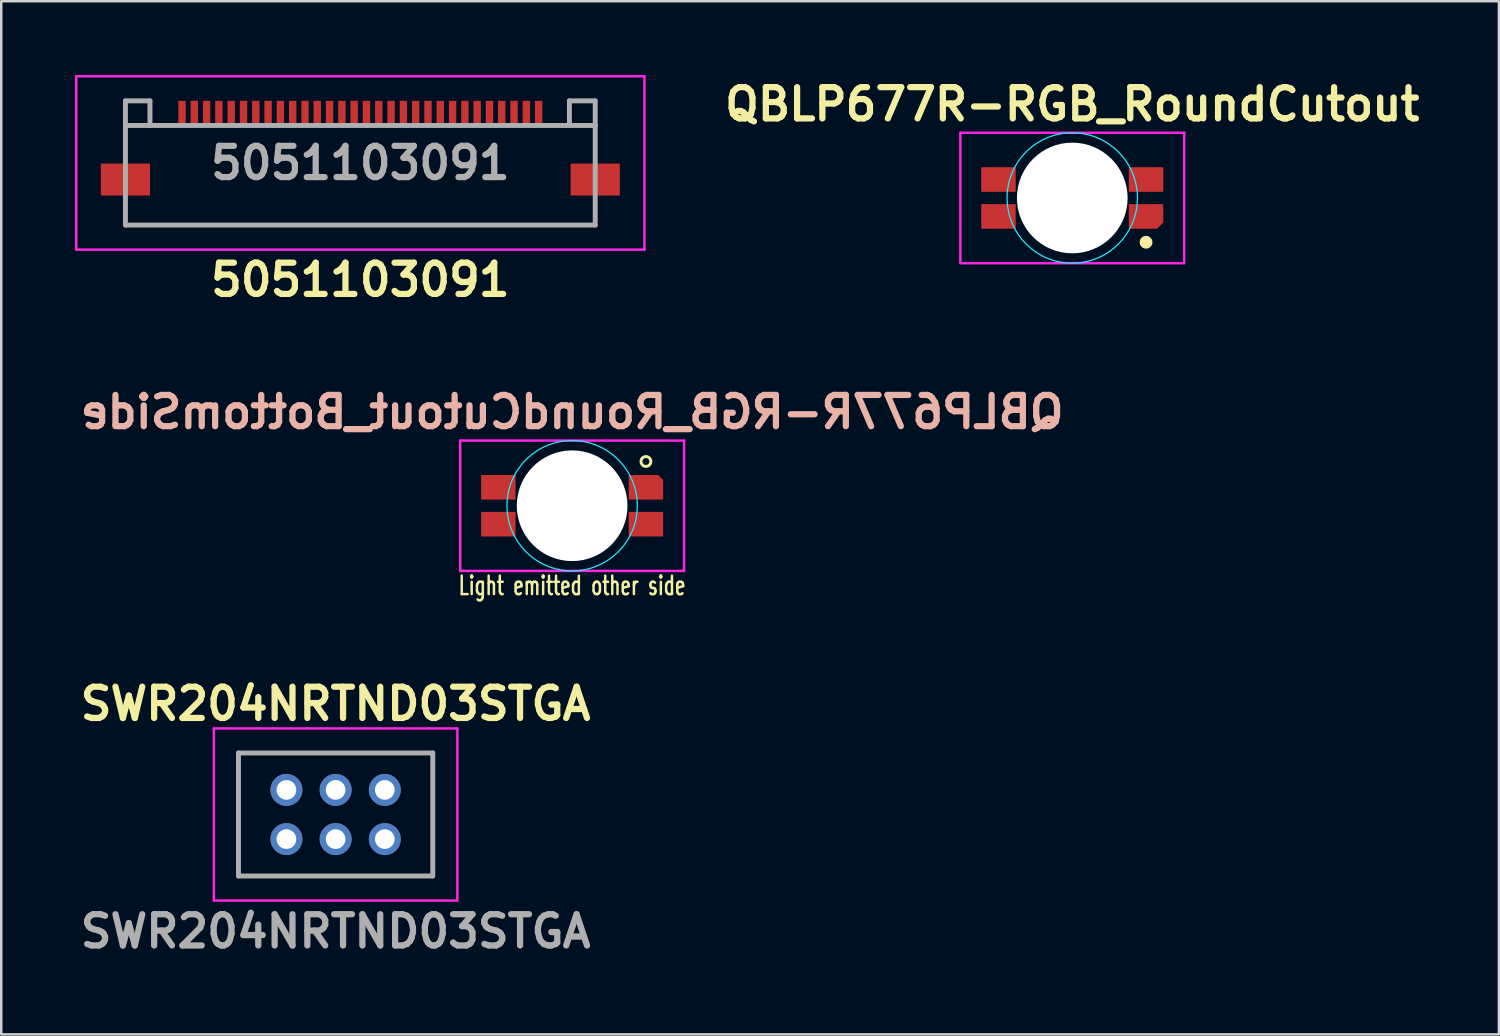
<source format=kicad_pcb>
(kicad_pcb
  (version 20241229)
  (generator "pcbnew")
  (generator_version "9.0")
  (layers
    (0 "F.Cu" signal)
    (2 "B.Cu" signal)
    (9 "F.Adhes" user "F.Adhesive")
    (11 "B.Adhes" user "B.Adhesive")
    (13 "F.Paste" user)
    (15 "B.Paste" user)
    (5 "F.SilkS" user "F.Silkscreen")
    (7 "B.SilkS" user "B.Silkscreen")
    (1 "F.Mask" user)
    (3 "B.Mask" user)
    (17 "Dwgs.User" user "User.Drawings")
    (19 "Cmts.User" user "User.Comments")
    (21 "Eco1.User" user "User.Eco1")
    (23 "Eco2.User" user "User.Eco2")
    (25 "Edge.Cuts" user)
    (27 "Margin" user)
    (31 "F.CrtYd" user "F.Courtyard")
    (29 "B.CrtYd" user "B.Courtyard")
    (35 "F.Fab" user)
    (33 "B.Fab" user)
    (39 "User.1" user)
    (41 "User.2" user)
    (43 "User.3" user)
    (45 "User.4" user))
  (footprint "QBLP677R-RGB_RoundCutout"
    (layer "F.Cu")
    (at 40.545 4.999)
    (property "Reference" "QBLP677R-RGB_RoundCutout" (at 0 -3.81 0) (layer "F.SilkS") (effects (font (size 1.27 1.27) (thickness 0.254))))
    (attr smd)
    (fp_circle (center 3 1.8) (end 3.2 1.8) (stroke (width 0.12) (type solid)) (fill yes) (layer "F.SilkS"))
    (fp_rect (start -1.6 -1.4) (end 1.6 1.4) (stroke (width 0.12) (type solid)) (fill no) (layer "Dwgs.User"))
    (fp_circle (center 0 0) (end 2.65 0) (stroke (width 0.05) (type solid)) (fill no) (layer "B.CrtYd"))
    (fp_line (start -4.55 -2.65) (end 4.55 -2.65) (stroke (width 0.1) (type solid)) (layer "F.CrtYd"))
    (fp_line (start -4.55 2.65) (end -4.55 -2.65) (stroke (width 0.1) (type solid)) (layer "F.CrtYd"))
    (fp_line (start 4.55 -2.65) (end 4.55 2.65) (stroke (width 0.1) (type solid)) (layer "F.CrtYd"))
    (fp_line (start 4.55 2.65) (end -4.55 2.65) (stroke (width 0.1) (type solid)) (layer "F.CrtYd"))
    (pad "" np_thru_hole circle (at 0 0) (size 4.5 4.5) (drill 4.5) (layers "*.Cu" "*.Mask"))
    (pad "1" smd roundrect (at 3 0.75) (size 1.4 1) (layers "F.Cu" "F.Mask" "F.Paste") (roundrect_rratio 0) (chamfer_ratio 0.25) (chamfer bottom_right))
    (pad "2" smd rect (at -3 0.75) (size 1.4 1) (layers "F.Cu" "F.Mask" "F.Paste"))
    (pad "3" smd rect (at -3 -0.75) (size 1.4 1) (layers "F.Cu" "F.Mask" "F.Paste"))
    (pad "4" smd rect (at 3 -0.75) (size 1.4 1) (layers "F.Cu" "F.Mask" "F.Paste")))
  (footprint "SWR204NRTND03STGA"
    (layer "F.Cu")
    (at 8.595 31.065)
    (property "Reference" "SWR204NRTND03STGA" (at 2 -5.5 0) (layer "F.SilkS") (effects (font (size 1.27 1.27) (thickness 0.254))))
    (attr through_hole)
    (fp_line (start -1.95 -3.5) (end 5.95 -3.5) (stroke (width 0.1) (type solid)) (layer "F.SilkS"))
    (fp_line (start -1.95 1.5) (end -1.95 -3.5) (stroke (width 0.1) (type solid)) (layer "F.SilkS"))
    (fp_line (start 5.95 -3.5) (end 5.95 1.5) (stroke (width 0.1) (type solid)) (layer "F.SilkS"))
    (fp_line (start 5.95 1.5) (end -1.95 1.5) (stroke (width 0.1) (type solid)) (layer "F.SilkS"))
    (fp_line (start -2.95 -4.5) (end 6.95 -4.5) (stroke (width 0.1) (type solid)) (layer "F.CrtYd"))
    (fp_line (start -2.95 2.5) (end -2.95 -4.5) (stroke (width 0.1) (type solid)) (layer "F.CrtYd"))
    (fp_line (start 6.95 -4.5) (end 6.95 2.5) (stroke (width 0.1) (type solid)) (layer "F.CrtYd"))
    (fp_line (start 6.95 2.5) (end -2.95 2.5) (stroke (width 0.1) (type solid)) (layer "F.CrtYd"))
    (fp_line (start -1.95 -3.5) (end 5.95 -3.5) (stroke (width 0.2) (type solid)) (layer "F.Fab"))
    (fp_line (start -1.95 1.5) (end -1.95 -3.5) (stroke (width 0.2) (type solid)) (layer "F.Fab"))
    (fp_line (start 5.95 -3.5) (end 5.95 1.5) (stroke (width 0.2) (type solid)) (layer "F.Fab"))
    (fp_line (start 5.95 1.5) (end -1.95 1.5) (stroke (width 0.2) (type solid)) (layer "F.Fab"))
    (fp_text user "${REFERENCE}" (at 2 3.75 0) (layer "F.Fab") (effects (font (size 1.27 1.27) (thickness 0.254))))
    (pad "1" thru_hole circle (at 0 0) (size 1.3 1.3) (drill 0.8) (layers "*.Cu" "*.Mask"))
    (pad "2" thru_hole circle (at 0 -2) (size 1.3 1.3) (drill 0.8) (layers "*.Cu" "*.Mask"))
    (pad "3" thru_hole circle (at 2 0) (size 1.3 1.3) (drill 0.8) (layers "*.Cu" "*.Mask"))
    (pad "4" thru_hole circle (at 2 -2) (size 1.3 1.3) (drill 0.8) (layers "*.Cu" "*.Mask"))
    (pad "5" thru_hole circle (at 4 0) (size 1.3 1.3) (drill 0.8) (layers "*.Cu" "*.Mask"))
    (pad "6" thru_hole circle (at 4 -2) (size 1.3 1.3) (drill 0.8) (layers "*.Cu" "*.Mask")))
  (footprint "5051103091"
    (layer "F.Cu")
    (at 11.6 3.575)
    (property "Reference" "5051103091" (at 0 4.75 0) (layer "F.SilkS") (effects (font (size 1.27 1.27) (thickness 0.254))))
    (attr smd)
    (fp_line (start -9.55 -1.525) (end -9.55 -0.525) (stroke (width 0.1) (type solid)) (layer "F.SilkS"))
    (fp_line (start -9.55 1.975) (end -9.55 2.475) (stroke (width 0.1) (type solid)) (layer "F.SilkS"))
    (fp_line (start -9.55 2.475) (end -9.55 2.525) (stroke (width 0.1) (type solid)) (layer "F.SilkS"))
    (fp_line (start -9.55 2.525) (end 9.55 2.525) (stroke (width 0.1) (type solid)) (layer "F.SilkS"))
    (fp_line (start -9.5 -1.525) (end -9.55 -1.525) (stroke (width 0.1) (type solid)) (layer "F.SilkS"))
    (fp_line (start -8 -1.525) (end -9.5 -1.525) (stroke (width 0.1) (type solid)) (layer "F.SilkS"))
    (fp_line (start 8 -1.525) (end 9.55 -1.525) (stroke (width 0.1) (type solid)) (layer "F.SilkS"))
    (fp_line (start 9.55 -1.525) (end 9.55 -0.525) (stroke (width 0.1) (type solid)) (layer "F.SilkS"))
    (fp_line (start 9.55 2.525) (end 9.55 1.975) (stroke (width 0.1) (type solid)) (layer "F.SilkS"))
    (fp_line (start -11.55 -3.525) (end 11.55 -3.525) (stroke (width 0.1) (type solid)) (layer "F.CrtYd"))
    (fp_line (start -11.55 3.525) (end -11.55 -3.525) (stroke (width 0.1) (type solid)) (layer "F.CrtYd"))
    (fp_line (start 11.55 -3.525) (end 11.55 3.525) (stroke (width 0.1) (type solid)) (layer "F.CrtYd"))
    (fp_line (start 11.55 3.525) (end -11.55 3.525) (stroke (width 0.1) (type solid)) (layer "F.CrtYd"))
    (fp_line (start -9.55 -2.525) (end -8.553 -2.525) (stroke (width 0.2) (type solid)) (layer "F.Fab"))
    (fp_line (start -9.55 -1.525) (end -9.55 -2.525) (stroke (width 0.2) (type solid)) (layer "F.Fab"))
    (fp_line (start -9.55 -1.525) (end 9.55 -1.525) (stroke (width 0.2) (type solid)) (layer "F.Fab"))
    (fp_line (start -9.55 2.525) (end -9.55 -1.525) (stroke (width 0.2) (type solid)) (layer "F.Fab"))
    (fp_line (start -8.553 -2.525) (end -8.553 -1.525) (stroke (width 0.2) (type solid)) (layer "F.Fab"))
    (fp_line (start 8.5 -2.525) (end 8.5 -1.525) (stroke (width 0.2) (type solid)) (layer "F.Fab"))
    (fp_line (start 9.55 -2.525) (end 8.5 -2.525) (stroke (width 0.2) (type solid)) (layer "F.Fab"))
    (fp_line (start 9.55 -1.525) (end 9.55 -2.525) (stroke (width 0.2) (type solid)) (layer "F.Fab"))
    (fp_line (start 9.55 -1.525) (end 9.55 2.525) (stroke (width 0.2) (type solid)) (layer "F.Fab"))
    (fp_line (start 9.55 2.525) (end -9.55 2.525) (stroke (width 0.2) (type solid)) (layer "F.Fab"))
    (fp_text user "${REFERENCE}" (at 0 0 0) (layer "F.Fab") (effects (font (size 1.27 1.27) (thickness 0.254))))
    (pad "1" smd rect (at -7.25 -2.025) (size 0.3 1) (layers "F.Cu" "F.Mask" "F.Paste"))
    (pad "2" smd rect (at -6.75 -2.025) (size 0.3 1) (layers "F.Cu" "F.Mask" "F.Paste"))
    (pad "3" smd rect (at -6.25 -2.025) (size 0.3 1) (layers "F.Cu" "F.Mask" "F.Paste"))
    (pad "4" smd rect (at -5.75 -2.025) (size 0.3 1) (layers "F.Cu" "F.Mask" "F.Paste"))
    (pad "5" smd rect (at -5.25 -2.025) (size 0.3 1) (layers "F.Cu" "F.Mask" "F.Paste"))
    (pad "6" smd rect (at -4.75 -2.025) (size 0.3 1) (layers "F.Cu" "F.Mask" "F.Paste"))
    (pad "7" smd rect (at -4.25 -2.025) (size 0.3 1) (layers "F.Cu" "F.Mask" "F.Paste"))
    (pad "8" smd rect (at -3.75 -2.025) (size 0.3 1) (layers "F.Cu" "F.Mask" "F.Paste"))
    (pad "9" smd rect (at -3.25 -2.025) (size 0.3 1) (layers "F.Cu" "F.Mask" "F.Paste"))
    (pad "10" smd rect (at -2.75 -2.025) (size 0.3 1) (layers "F.Cu" "F.Mask" "F.Paste"))
    (pad "11" smd rect (at -2.25 -2.025) (size 0.3 1) (layers "F.Cu" "F.Mask" "F.Paste"))
    (pad "12" smd rect (at -1.75 -2.025) (size 0.3 1) (layers "F.Cu" "F.Mask" "F.Paste"))
    (pad "13" smd rect (at -1.25 -2.025) (size 0.3 1) (layers "F.Cu" "F.Mask" "F.Paste"))
    (pad "14" smd rect (at -0.75 -2.025) (size 0.3 1) (layers "F.Cu" "F.Mask" "F.Paste"))
    (pad "15" smd rect (at -0.25 -2.025) (size 0.3 1) (layers "F.Cu" "F.Mask" "F.Paste"))
    (pad "16" smd rect (at 0.25 -2.025) (size 0.3 1) (layers "F.Cu" "F.Mask" "F.Paste"))
    (pad "17" smd rect (at 0.75 -2.025) (size 0.3 1) (layers "F.Cu" "F.Mask" "F.Paste"))
    (pad "18" smd rect (at 1.25 -2.025) (size 0.3 1) (layers "F.Cu" "F.Mask" "F.Paste"))
    (pad "19" smd rect (at 1.75 -2.025) (size 0.3 1) (layers "F.Cu" "F.Mask" "F.Paste"))
    (pad "20" smd rect (at 2.25 -2.025) (size 0.3 1) (layers "F.Cu" "F.Mask" "F.Paste"))
    (pad "21" smd rect (at 2.75 -2.025) (size 0.3 1) (layers "F.Cu" "F.Mask" "F.Paste"))
    (pad "22" smd rect (at 3.25 -2.025) (size 0.3 1) (layers "F.Cu" "F.Mask" "F.Paste"))
    (pad "23" smd rect (at 3.75 -2.025) (size 0.3 1) (layers "F.Cu" "F.Mask" "F.Paste"))
    (pad "24" smd rect (at 4.25 -2.025) (size 0.3 1) (layers "F.Cu" "F.Mask" "F.Paste"))
    (pad "25" smd rect (at 4.75 -2.025) (size 0.3 1) (layers "F.Cu" "F.Mask" "F.Paste"))
    (pad "26" smd rect (at 5.25 -2.025) (size 0.3 1) (layers "F.Cu" "F.Mask" "F.Paste"))
    (pad "27" smd rect (at 5.75 -2.025) (size 0.3 1) (layers "F.Cu" "F.Mask" "F.Paste"))
    (pad "28" smd rect (at 6.25 -2.025) (size 0.3 1) (layers "F.Cu" "F.Mask" "F.Paste"))
    (pad "29" smd rect (at 6.75 -2.025) (size 0.3 1) (layers "F.Cu" "F.Mask" "F.Paste"))
    (pad "30" smd rect (at 7.25 -2.025) (size 0.3 1) (layers "F.Cu" "F.Mask" "F.Paste"))
    (pad "MP1" smd rect (at -9.55 0.675 90) (size 1.3 2) (layers "F.Cu" "F.Mask" "F.Paste"))
    (pad "MP2" smd rect (at 9.55 0.675 90) (size 1.3 2) (layers "F.Cu" "F.Mask" "F.Paste")))
  (footprint "QBLP677R-RGB_RoundCutout_BottomSide"
    (layer "F.Cu")
    (at 20.211 17.512)
    (property "Reference" "QBLP677R-RGB_RoundCutout_BottomSide" (at 0 -3.81 0) (layer "B.SilkS") (effects (font (size 1.27 1.27) (thickness 0.254)) (justify mirror)))
    (attr smd)
    (fp_circle (center 3 -1.8) (end 3.2 -1.8) (stroke (width 0.12) (type solid)) (fill no) (layer "F.SilkS"))
    (fp_rect (start -1.6 -1.4) (end 1.6 1.4) (stroke (width 0.12) (type solid)) (fill no) (layer "Dwgs.User"))
    (fp_circle (center 0 0) (end 2.65 0) (stroke (width 0.05) (type solid)) (fill no) (layer "B.CrtYd"))
    (fp_line (start -4.55 -2.65) (end 4.55 -2.65) (stroke (width 0.1) (type solid)) (layer "F.CrtYd"))
    (fp_line (start -4.55 2.65) (end -4.55 -2.65) (stroke (width 0.1) (type solid)) (layer "F.CrtYd"))
    (fp_line (start 4.55 -2.65) (end 4.55 2.65) (stroke (width 0.1) (type solid)) (layer "F.CrtYd"))
    (fp_line (start 4.55 2.65) (end -4.55 2.65) (stroke (width 0.1) (type solid)) (layer "F.CrtYd"))
    (fp_text user "Light emitted other side" (at 0 3.25 0) (unlocked yes) (layer "F.SilkS") (effects (font (size 0.75 0.5) (thickness 0.1))))
    (pad "" np_thru_hole circle (at 0 0) (size 4.5 4.5) (drill 4.5) (layers "*.Cu" "*.Mask"))
    (pad "1" smd roundrect (at 3 -0.75) (size 1.4 1) (layers "F.Cu" "F.Mask" "F.Paste") (roundrect_rratio 0) (chamfer_ratio 0.2) (chamfer top_right))
    (pad "2" smd rect (at -3 -0.75) (size 1.4 1) (layers "F.Cu" "F.Mask" "F.Paste"))
    (pad "3" smd rect (at -3 0.75) (size 1.4 1) (layers "F.Cu" "F.Mask" "F.Paste"))
    (pad "4" smd rect (at 3 0.75) (size 1.4 1) (layers "F.Cu" "F.Mask" "F.Paste")))
  (gr_rect
    (start -3 -3)
    (end 57.89 39.004)
    (stroke (width 0.1) (type default))
    (fill no)
    (layer "Edge.Cuts")))
</source>
